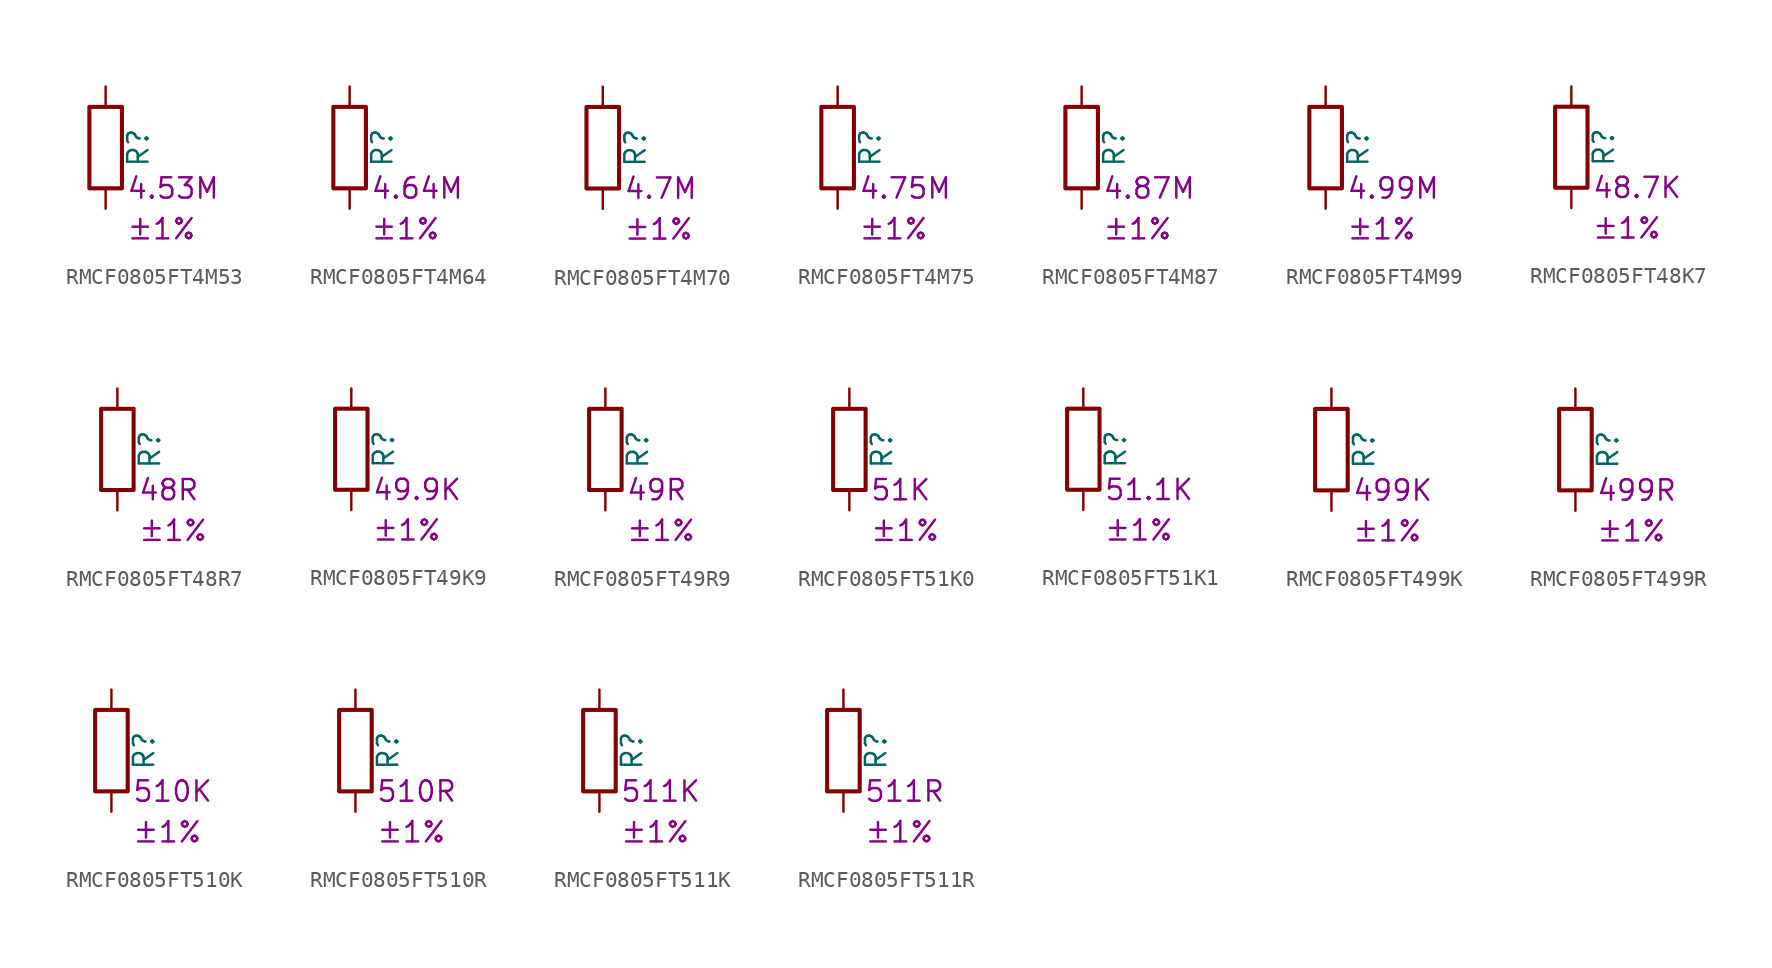
<source format=kicad_sym>
(kicad_symbol_lib
  (version 20220914)
  (generator kicad_symbol_editor)
  (symbol "RMCF0805FT4M53"
    (pin_numbers hide)
    (pin_names
      (offset 0))
    (property "Reference" "R"
      (at 2.032 0 90)
      (effects (font (size 1.27 1.27))))
    (property "Resistance" "4.53M"
      (at 1.27 -2.54 0)
      (effects (font (size 1.27 1.27)) (justify left)))
    (property "Tolerance" "±1%"
      (at 1.27 -5.08 0)
      (effects (font (size 1.27 1.27)) (justify left)))
    (symbol "RMCF0805FT4M53_0_1"
      (rectangle (start -1.016 -2.54) (end 1.016 2.54) (stroke (width 0.254) (type default)) (fill (type none))))
    (symbol "RMCF0805FT4M53_1_1"
      (pin passive line (at 0 3.81 270) (length 1.27) (name "~" (effects (font (size 1.27 1.27)))) (number "1" (effects (font (size 1.27 1.27)))))
      (pin passive line (at 0 -3.81 90) (length 1.27) (name "~" (effects (font (size 1.27 1.27)))) (number "2" (effects (font (size 1.27 1.27)))))))
  (symbol "RMCF0805FT4M64"
    (pin_numbers hide)
    (pin_names
      (offset 0))
    (property "Reference" "R"
      (at 2.032 0 90)
      (effects (font (size 1.27 1.27))))
    (property "Resistance" "4.64M"
      (at 1.27 -2.54 0)
      (effects (font (size 1.27 1.27)) (justify left)))
    (property "Tolerance" "±1%"
      (at 1.27 -5.08 0)
      (effects (font (size 1.27 1.27)) (justify left)))
    (symbol "RMCF0805FT4M64_0_1"
      (rectangle (start -1.016 -2.54) (end 1.016 2.54) (stroke (width 0.254) (type default)) (fill (type none))))
    (symbol "RMCF0805FT4M64_1_1"
      (pin passive line (at 0 3.81 270) (length 1.27) (name "~" (effects (font (size 1.27 1.27)))) (number "1" (effects (font (size 1.27 1.27)))))
      (pin passive line (at 0 -3.81 90) (length 1.27) (name "~" (effects (font (size 1.27 1.27)))) (number "2" (effects (font (size 1.27 1.27)))))))
  (symbol "RMCF0805FT4M70"
    (pin_numbers hide)
    (pin_names
      (offset 0))
    (property "Reference" "R"
      (at 2.032 0 90)
      (effects (font (size 1.27 1.27))))
    (property "Resistance" "4.7M"
      (at 1.27 -2.54 0)
      (effects (font (size 1.27 1.27)) (justify left)))
    (property "Tolerance" "±1%"
      (at 1.27 -5.08 0)
      (effects (font (size 1.27 1.27)) (justify left)))
    (symbol "RMCF0805FT4M70_0_1"
      (rectangle (start -1.016 -2.54) (end 1.016 2.54) (stroke (width 0.254) (type default)) (fill (type none))))
    (symbol "RMCF0805FT4M70_1_1"
      (pin passive line (at 0 3.81 270) (length 1.27) (name "~" (effects (font (size 1.27 1.27)))) (number "1" (effects (font (size 1.27 1.27)))))
      (pin passive line (at 0 -3.81 90) (length 1.27) (name "~" (effects (font (size 1.27 1.27)))) (number "2" (effects (font (size 1.27 1.27)))))))
  (symbol "RMCF0805FT4M75"
    (pin_numbers hide)
    (pin_names
      (offset 0))
    (property "Reference" "R"
      (at 2.032 0 90)
      (effects (font (size 1.27 1.27))))
    (property "Resistance" "4.75M"
      (at 1.27 -2.54 0)
      (effects (font (size 1.27 1.27)) (justify left)))
    (property "Tolerance" "±1%"
      (at 1.27 -5.08 0)
      (effects (font (size 1.27 1.27)) (justify left)))
    (symbol "RMCF0805FT4M75_0_1"
      (rectangle (start -1.016 -2.54) (end 1.016 2.54) (stroke (width 0.254) (type default)) (fill (type none))))
    (symbol "RMCF0805FT4M75_1_1"
      (pin passive line (at 0 3.81 270) (length 1.27) (name "~" (effects (font (size 1.27 1.27)))) (number "1" (effects (font (size 1.27 1.27)))))
      (pin passive line (at 0 -3.81 90) (length 1.27) (name "~" (effects (font (size 1.27 1.27)))) (number "2" (effects (font (size 1.27 1.27)))))))
  (symbol "RMCF0805FT4M87"
    (pin_numbers hide)
    (pin_names
      (offset 0))
    (property "Reference" "R"
      (at 2.032 0 90)
      (effects (font (size 1.27 1.27))))
    (property "Resistance" "4.87M"
      (at 1.27 -2.54 0)
      (effects (font (size 1.27 1.27)) (justify left)))
    (property "Tolerance" "±1%"
      (at 1.27 -5.08 0)
      (effects (font (size 1.27 1.27)) (justify left)))
    (symbol "RMCF0805FT4M87_0_1"
      (rectangle (start -1.016 -2.54) (end 1.016 2.54) (stroke (width 0.254) (type default)) (fill (type none))))
    (symbol "RMCF0805FT4M87_1_1"
      (pin passive line (at 0 3.81 270) (length 1.27) (name "~" (effects (font (size 1.27 1.27)))) (number "1" (effects (font (size 1.27 1.27)))))
      (pin passive line (at 0 -3.81 90) (length 1.27) (name "~" (effects (font (size 1.27 1.27)))) (number "2" (effects (font (size 1.27 1.27)))))))
  (symbol "RMCF0805FT4M99"
    (pin_numbers hide)
    (pin_names
      (offset 0))
    (property "Reference" "R"
      (at 2.032 0 90)
      (effects (font (size 1.27 1.27))))
    (property "Resistance" "4.99M"
      (at 1.27 -2.54 0)
      (effects (font (size 1.27 1.27)) (justify left)))
    (property "Tolerance" "±1%"
      (at 1.27 -5.08 0)
      (effects (font (size 1.27 1.27)) (justify left)))
    (symbol "RMCF0805FT4M99_0_1"
      (rectangle (start -1.016 -2.54) (end 1.016 2.54) (stroke (width 0.254) (type default)) (fill (type none))))
    (symbol "RMCF0805FT4M99_1_1"
      (pin passive line (at 0 3.81 270) (length 1.27) (name "~" (effects (font (size 1.27 1.27)))) (number "1" (effects (font (size 1.27 1.27)))))
      (pin passive line (at 0 -3.81 90) (length 1.27) (name "~" (effects (font (size 1.27 1.27)))) (number "2" (effects (font (size 1.27 1.27)))))))
  (symbol "RMCF0805FT48K7"
    (pin_numbers hide)
    (pin_names
      (offset 0))
    (property "Reference" "R"
      (at 2.032 0 90)
      (effects (font (size 1.27 1.27))))
    (property "Resistance" "48.7K"
      (at 1.27 -2.54 0)
      (effects (font (size 1.27 1.27)) (justify left)))
    (property "Tolerance" "±1%"
      (at 1.27 -5.08 0)
      (effects (font (size 1.27 1.27)) (justify left)))
    (symbol "RMCF0805FT48K7_0_1"
      (rectangle (start -1.016 -2.54) (end 1.016 2.54) (stroke (width 0.254) (type default)) (fill (type none))))
    (symbol "RMCF0805FT48K7_1_1"
      (pin passive line (at 0 3.81 270) (length 1.27) (name "~" (effects (font (size 1.27 1.27)))) (number "1" (effects (font (size 1.27 1.27)))))
      (pin passive line (at 0 -3.81 90) (length 1.27) (name "~" (effects (font (size 1.27 1.27)))) (number "2" (effects (font (size 1.27 1.27)))))))
  (symbol "RMCF0805FT48R7"
    (pin_numbers hide)
    (pin_names
      (offset 0))
    (property "Reference" "R"
      (at 2.032 0 90)
      (effects (font (size 1.27 1.27))))
    (property "Resistance" "48R"
      (at 1.27 -2.54 0)
      (effects (font (size 1.27 1.27)) (justify left)))
    (property "Tolerance" "±1%"
      (at 1.27 -5.08 0)
      (effects (font (size 1.27 1.27)) (justify left)))
    (symbol "RMCF0805FT48R7_0_1"
      (rectangle (start -1.016 -2.54) (end 1.016 2.54) (stroke (width 0.254) (type default)) (fill (type none))))
    (symbol "RMCF0805FT48R7_1_1"
      (pin passive line (at 0 3.81 270) (length 1.27) (name "~" (effects (font (size 1.27 1.27)))) (number "1" (effects (font (size 1.27 1.27)))))
      (pin passive line (at 0 -3.81 90) (length 1.27) (name "~" (effects (font (size 1.27 1.27)))) (number "2" (effects (font (size 1.27 1.27)))))))
  (symbol "RMCF0805FT49K9"
    (pin_numbers hide)
    (pin_names
      (offset 0))
    (property "Reference" "R"
      (at 2.032 0 90)
      (effects (font (size 1.27 1.27))))
    (property "Resistance" "49.9K"
      (at 1.27 -2.54 0)
      (effects (font (size 1.27 1.27)) (justify left)))
    (property "Tolerance" "±1%"
      (at 1.27 -5.08 0)
      (effects (font (size 1.27 1.27)) (justify left)))
    (symbol "RMCF0805FT49K9_0_1"
      (rectangle (start -1.016 -2.54) (end 1.016 2.54) (stroke (width 0.254) (type default)) (fill (type none))))
    (symbol "RMCF0805FT49K9_1_1"
      (pin passive line (at 0 3.81 270) (length 1.27) (name "~" (effects (font (size 1.27 1.27)))) (number "1" (effects (font (size 1.27 1.27)))))
      (pin passive line (at 0 -3.81 90) (length 1.27) (name "~" (effects (font (size 1.27 1.27)))) (number "2" (effects (font (size 1.27 1.27)))))))
  (symbol "RMCF0805FT49R9"
    (pin_numbers hide)
    (pin_names
      (offset 0))
    (property "Reference" "R"
      (at 2.032 0 90)
      (effects (font (size 1.27 1.27))))
    (property "Resistance" "49R"
      (at 1.27 -2.54 0)
      (effects (font (size 1.27 1.27)) (justify left)))
    (property "Tolerance" "±1%"
      (at 1.27 -5.08 0)
      (effects (font (size 1.27 1.27)) (justify left)))
    (symbol "RMCF0805FT49R9_0_1"
      (rectangle (start -1.016 -2.54) (end 1.016 2.54) (stroke (width 0.254) (type default)) (fill (type none))))
    (symbol "RMCF0805FT49R9_1_1"
      (pin passive line (at 0 3.81 270) (length 1.27) (name "~" (effects (font (size 1.27 1.27)))) (number "1" (effects (font (size 1.27 1.27)))))
      (pin passive line (at 0 -3.81 90) (length 1.27) (name "~" (effects (font (size 1.27 1.27)))) (number "2" (effects (font (size 1.27 1.27)))))))
  (symbol "RMCF0805FT51K0"
    (pin_numbers hide)
    (pin_names
      (offset 0))
    (property "Reference" "R"
      (at 2.032 0 90)
      (effects (font (size 1.27 1.27))))
    (property "Resistance" "51K"
      (at 1.27 -2.54 0)
      (effects (font (size 1.27 1.27)) (justify left)))
    (property "Tolerance" "±1%"
      (at 1.27 -5.08 0)
      (effects (font (size 1.27 1.27)) (justify left)))
    (symbol "RMCF0805FT51K0_0_1"
      (rectangle (start -1.016 -2.54) (end 1.016 2.54) (stroke (width 0.254) (type default)) (fill (type none))))
    (symbol "RMCF0805FT51K0_1_1"
      (pin passive line (at 0 3.81 270) (length 1.27) (name "~" (effects (font (size 1.27 1.27)))) (number "1" (effects (font (size 1.27 1.27)))))
      (pin passive line (at 0 -3.81 90) (length 1.27) (name "~" (effects (font (size 1.27 1.27)))) (number "2" (effects (font (size 1.27 1.27)))))))
  (symbol "RMCF0805FT51K1"
    (pin_numbers hide)
    (pin_names
      (offset 0))
    (property "Reference" "R"
      (at 2.032 0 90)
      (effects (font (size 1.27 1.27))))
    (property "Resistance" "51.1K"
      (at 1.27 -2.54 0)
      (effects (font (size 1.27 1.27)) (justify left)))
    (property "Tolerance" "±1%"
      (at 1.27 -5.08 0)
      (effects (font (size 1.27 1.27)) (justify left)))
    (symbol "RMCF0805FT51K1_0_1"
      (rectangle (start -1.016 -2.54) (end 1.016 2.54) (stroke (width 0.254) (type default)) (fill (type none))))
    (symbol "RMCF0805FT51K1_1_1"
      (pin passive line (at 0 3.81 270) (length 1.27) (name "~" (effects (font (size 1.27 1.27)))) (number "1" (effects (font (size 1.27 1.27)))))
      (pin passive line (at 0 -3.81 90) (length 1.27) (name "~" (effects (font (size 1.27 1.27)))) (number "2" (effects (font (size 1.27 1.27)))))))
  (symbol "RMCF0805FT499K"
    (pin_numbers hide)
    (pin_names
      (offset 0))
    (property "Reference" "R"
      (at 2.032 0 90)
      (effects (font (size 1.27 1.27))))
    (property "Resistance" "499K"
      (at 1.27 -2.54 0)
      (effects (font (size 1.27 1.27)) (justify left)))
    (property "Tolerance" "±1%"
      (at 1.27 -5.08 0)
      (effects (font (size 1.27 1.27)) (justify left)))
    (symbol "RMCF0805FT499K_0_1"
      (rectangle (start -1.016 -2.54) (end 1.016 2.54) (stroke (width 0.254) (type default)) (fill (type none))))
    (symbol "RMCF0805FT499K_1_1"
      (pin passive line (at 0 3.81 270) (length 1.27) (name "~" (effects (font (size 1.27 1.27)))) (number "1" (effects (font (size 1.27 1.27)))))
      (pin passive line (at 0 -3.81 90) (length 1.27) (name "~" (effects (font (size 1.27 1.27)))) (number "2" (effects (font (size 1.27 1.27)))))))
  (symbol "RMCF0805FT499R"
    (pin_numbers hide)
    (pin_names
      (offset 0))
    (property "Reference" "R"
      (at 2.032 0 90)
      (effects (font (size 1.27 1.27))))
    (property "Resistance" "499R"
      (at 1.27 -2.54 0)
      (effects (font (size 1.27 1.27)) (justify left)))
    (property "Tolerance" "±1%"
      (at 1.27 -5.08 0)
      (effects (font (size 1.27 1.27)) (justify left)))
    (symbol "RMCF0805FT499R_0_1"
      (rectangle (start -1.016 -2.54) (end 1.016 2.54) (stroke (width 0.254) (type default)) (fill (type none))))
    (symbol "RMCF0805FT499R_1_1"
      (pin passive line (at 0 3.81 270) (length 1.27) (name "~" (effects (font (size 1.27 1.27)))) (number "1" (effects (font (size 1.27 1.27)))))
      (pin passive line (at 0 -3.81 90) (length 1.27) (name "~" (effects (font (size 1.27 1.27)))) (number "2" (effects (font (size 1.27 1.27)))))))
  (symbol "RMCF0805FT510K"
    (pin_numbers hide)
    (pin_names
      (offset 0))
    (property "Reference" "R"
      (at 2.032 0 90)
      (effects (font (size 1.27 1.27))))
    (property "Resistance" "510K"
      (at 1.27 -2.54 0)
      (effects (font (size 1.27 1.27)) (justify left)))
    (property "Tolerance" "±1%"
      (at 1.27 -5.08 0)
      (effects (font (size 1.27 1.27)) (justify left)))
    (symbol "RMCF0805FT510K_0_1"
      (rectangle (start -1.016 -2.54) (end 1.016 2.54) (stroke (width 0.254) (type default)) (fill (type none))))
    (symbol "RMCF0805FT510K_1_1"
      (pin passive line (at 0 3.81 270) (length 1.27) (name "~" (effects (font (size 1.27 1.27)))) (number "1" (effects (font (size 1.27 1.27)))))
      (pin passive line (at 0 -3.81 90) (length 1.27) (name "~" (effects (font (size 1.27 1.27)))) (number "2" (effects (font (size 1.27 1.27)))))))
  (symbol "RMCF0805FT510R"
    (pin_numbers hide)
    (pin_names
      (offset 0))
    (property "Reference" "R"
      (at 2.032 0 90)
      (effects (font (size 1.27 1.27))))
    (property "Resistance" "510R"
      (at 1.27 -2.54 0)
      (effects (font (size 1.27 1.27)) (justify left)))
    (property "Tolerance" "±1%"
      (at 1.27 -5.08 0)
      (effects (font (size 1.27 1.27)) (justify left)))
    (symbol "RMCF0805FT510R_0_1"
      (rectangle (start -1.016 -2.54) (end 1.016 2.54) (stroke (width 0.254) (type default)) (fill (type none))))
    (symbol "RMCF0805FT510R_1_1"
      (pin passive line (at 0 3.81 270) (length 1.27) (name "~" (effects (font (size 1.27 1.27)))) (number "1" (effects (font (size 1.27 1.27)))))
      (pin passive line (at 0 -3.81 90) (length 1.27) (name "~" (effects (font (size 1.27 1.27)))) (number "2" (effects (font (size 1.27 1.27)))))))
  (symbol "RMCF0805FT511K"
    (pin_numbers hide)
    (pin_names
      (offset 0))
    (property "Reference" "R"
      (at 2.032 0 90)
      (effects (font (size 1.27 1.27))))
    (property "Resistance" "511K"
      (at 1.27 -2.54 0)
      (effects (font (size 1.27 1.27)) (justify left)))
    (property "Tolerance" "±1%"
      (at 1.27 -5.08 0)
      (effects (font (size 1.27 1.27)) (justify left)))
    (symbol "RMCF0805FT511K_0_1"
      (rectangle (start -1.016 -2.54) (end 1.016 2.54) (stroke (width 0.254) (type default)) (fill (type none))))
    (symbol "RMCF0805FT511K_1_1"
      (pin passive line (at 0 3.81 270) (length 1.27) (name "~" (effects (font (size 1.27 1.27)))) (number "1" (effects (font (size 1.27 1.27)))))
      (pin passive line (at 0 -3.81 90) (length 1.27) (name "~" (effects (font (size 1.27 1.27)))) (number "2" (effects (font (size 1.27 1.27)))))))
  (symbol "RMCF0805FT511R"
    (pin_numbers hide)
    (pin_names
      (offset 0))
    (property "Reference" "R"
      (at 2.032 0 90)
      (effects (font (size 1.27 1.27))))
    (property "Resistance" "511R"
      (at 1.27 -2.54 0)
      (effects (font (size 1.27 1.27)) (justify left)))
    (property "Tolerance" "±1%"
      (at 1.27 -5.08 0)
      (effects (font (size 1.27 1.27)) (justify left)))
    (symbol "RMCF0805FT511R_0_1"
      (rectangle (start -1.016 -2.54) (end 1.016 2.54) (stroke (width 0.254) (type default)) (fill (type none))))
    (symbol "RMCF0805FT511R_1_1"
      (pin passive line (at 0 3.81 270) (length 1.27) (name "~" (effects (font (size 1.27 1.27)))) (number "1" (effects (font (size 1.27 1.27)))))
      (pin passive line (at 0 -3.81 90) (length 1.27) (name "~" (effects (font (size 1.27 1.27)))) (number "2" (effects (font (size 1.27 1.27))))))))
</source>
